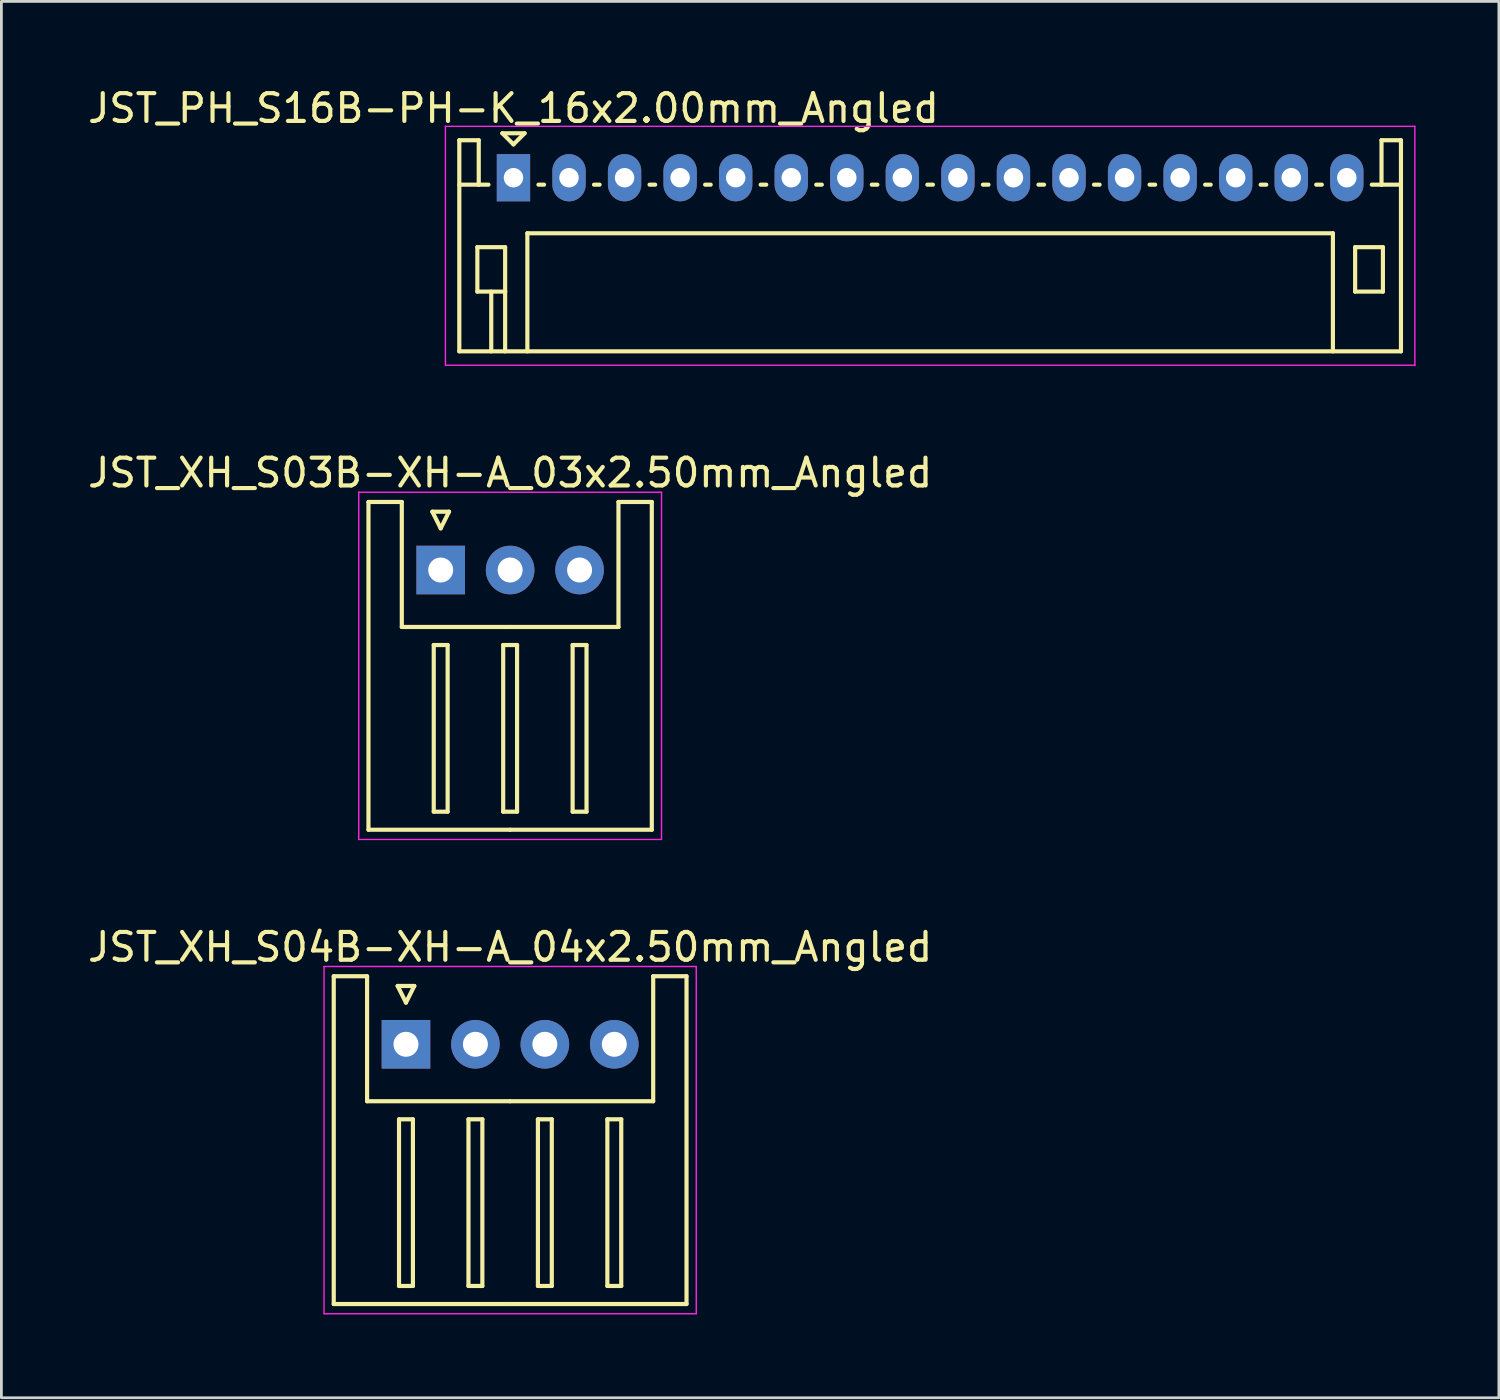
<source format=kicad_pcb>
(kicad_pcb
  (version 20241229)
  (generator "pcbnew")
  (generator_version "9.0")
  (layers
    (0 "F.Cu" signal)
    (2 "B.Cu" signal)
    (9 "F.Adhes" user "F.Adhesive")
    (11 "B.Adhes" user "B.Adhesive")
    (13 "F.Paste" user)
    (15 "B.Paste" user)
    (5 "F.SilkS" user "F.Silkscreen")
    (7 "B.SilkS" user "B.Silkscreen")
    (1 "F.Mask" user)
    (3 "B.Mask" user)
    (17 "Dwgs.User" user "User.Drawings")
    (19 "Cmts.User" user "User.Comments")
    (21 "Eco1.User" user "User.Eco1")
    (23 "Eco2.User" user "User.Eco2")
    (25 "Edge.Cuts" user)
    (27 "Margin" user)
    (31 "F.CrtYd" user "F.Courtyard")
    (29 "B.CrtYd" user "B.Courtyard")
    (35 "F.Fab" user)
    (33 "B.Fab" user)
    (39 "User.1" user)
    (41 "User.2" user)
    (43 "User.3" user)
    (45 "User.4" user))
  (footprint "JST_XH_S03B-XH-A_03x2.50mm_Angled"
    (layer "F.Cu")
    (at 12.815 17.471)
    (property "Reference" "JST_XH_S03B-XH-A_03x2.50mm_Angled" (at 2.5 -3.5 0) (layer "F.SilkS") (effects (font (size 1 1) (thickness 0.15))))
    (attr through_hole)
    (fp_line (start -2.6 -2.45) (end -1.4 -2.45) (stroke (width 0.15) (type solid)) (layer "F.SilkS"))
    (fp_line (start -2.6 9.35) (end -2.6 -2.45) (stroke (width 0.15) (type solid)) (layer "F.SilkS"))
    (fp_line (start -1.4 -2.45) (end -1.4 2.05) (stroke (width 0.15) (type solid)) (layer "F.SilkS"))
    (fp_line (start -1.4 2.05) (end 2.5 2.05) (stroke (width 0.15) (type solid)) (layer "F.SilkS"))
    (fp_line (start -0.3 -2.1) (end 0.3 -2.1) (stroke (width 0.15) (type solid)) (layer "F.SilkS"))
    (fp_line (start -0.25 2.7) (end -0.25 8.7) (stroke (width 0.15) (type solid)) (layer "F.SilkS"))
    (fp_line (start -0.25 8.7) (end 0.25 8.7) (stroke (width 0.15) (type solid)) (layer "F.SilkS"))
    (fp_line (start 0 -1.5) (end -0.3 -2.1) (stroke (width 0.15) (type solid)) (layer "F.SilkS"))
    (fp_line (start 0.25 2.7) (end -0.25 2.7) (stroke (width 0.15) (type solid)) (layer "F.SilkS"))
    (fp_line (start 0.25 8.7) (end 0.25 2.7) (stroke (width 0.15) (type solid)) (layer "F.SilkS"))
    (fp_line (start 0.3 -2.1) (end 0 -1.5) (stroke (width 0.15) (type solid)) (layer "F.SilkS"))
    (fp_line (start 2.25 2.7) (end 2.25 8.7) (stroke (width 0.15) (type solid)) (layer "F.SilkS"))
    (fp_line (start 2.25 8.7) (end 2.75 8.7) (stroke (width 0.15) (type solid)) (layer "F.SilkS"))
    (fp_line (start 2.5 9.35) (end -2.6 9.35) (stroke (width 0.15) (type solid)) (layer "F.SilkS"))
    (fp_line (start 2.5 9.35) (end 7.6 9.35) (stroke (width 0.15) (type solid)) (layer "F.SilkS"))
    (fp_line (start 2.75 2.7) (end 2.25 2.7) (stroke (width 0.15) (type solid)) (layer "F.SilkS"))
    (fp_line (start 2.75 8.7) (end 2.75 2.7) (stroke (width 0.15) (type solid)) (layer "F.SilkS"))
    (fp_line (start 4.75 2.7) (end 4.75 8.7) (stroke (width 0.15) (type solid)) (layer "F.SilkS"))
    (fp_line (start 4.75 8.7) (end 5.25 8.7) (stroke (width 0.15) (type solid)) (layer "F.SilkS"))
    (fp_line (start 5.25 2.7) (end 4.75 2.7) (stroke (width 0.15) (type solid)) (layer "F.SilkS"))
    (fp_line (start 5.25 8.7) (end 5.25 2.7) (stroke (width 0.15) (type solid)) (layer "F.SilkS"))
    (fp_line (start 6.4 -2.45) (end 6.4 2.05) (stroke (width 0.15) (type solid)) (layer "F.SilkS"))
    (fp_line (start 6.4 2.05) (end 2.5 2.05) (stroke (width 0.15) (type solid)) (layer "F.SilkS"))
    (fp_line (start 7.6 -2.45) (end 6.4 -2.45) (stroke (width 0.15) (type solid)) (layer "F.SilkS"))
    (fp_line (start 7.6 9.35) (end 7.6 -2.45) (stroke (width 0.15) (type solid)) (layer "F.SilkS"))
    (fp_line (start -2.95 -2.8) (end -2.95 9.7) (stroke (width 0.05) (type solid)) (layer "F.CrtYd"))
    (fp_line (start -2.95 9.7) (end 7.95 9.7) (stroke (width 0.05) (type solid)) (layer "F.CrtYd"))
    (fp_line (start 7.95 -2.8) (end -2.95 -2.8) (stroke (width 0.05) (type solid)) (layer "F.CrtYd"))
    (fp_line (start 7.95 9.7) (end 7.95 -2.8) (stroke (width 0.05) (type solid)) (layer "F.CrtYd"))
    (pad "1" thru_hole rect (at 0 0) (size 1.75 1.75) (drill 0.9) (layers "*.Cu" "*.Mask"))
    (pad "2" thru_hole circle (at 2.5 0) (size 1.75 1.75) (drill 0.9) (layers "*.Cu" "*.Mask"))
    (pad "3" thru_hole circle (at 5 0) (size 1.75 1.75) (drill 0.9) (layers "*.Cu" "*.Mask")))
  (footprint "JST_PH_S16B-PH-K_16x2.00mm_Angled"
    (layer "F.Cu")
    (at 15.435 3.348)
    (property "Reference" "JST_PH_S16B-PH-K_16x2.00mm_Angled" (at 0 -2.5 0) (layer "F.SilkS") (effects (font (size 1 1) (thickness 0.15))))
    (attr through_hole)
    (fp_line (start -1.95 -1.35) (end -1.95 6.25) (stroke (width 0.15) (type solid)) (layer "F.SilkS"))
    (fp_line (start -1.95 0.25) (end -1.25 0.25) (stroke (width 0.15) (type solid)) (layer "F.SilkS"))
    (fp_line (start -1.95 6.25) (end 31.95 6.25) (stroke (width 0.15) (type solid)) (layer "F.SilkS"))
    (fp_line (start -1.3 2.5) (end -1.3 4.1) (stroke (width 0.15) (type solid)) (layer "F.SilkS"))
    (fp_line (start -1.3 4.1) (end -0.3 4.1) (stroke (width 0.15) (type solid)) (layer "F.SilkS"))
    (fp_line (start -1.25 -1.35) (end -1.95 -1.35) (stroke (width 0.15) (type solid)) (layer "F.SilkS"))
    (fp_line (start -1.25 0.25) (end -1.25 -1.35) (stroke (width 0.15) (type solid)) (layer "F.SilkS"))
    (fp_line (start -0.9 0.25) (end -1.25 0.25) (stroke (width 0.15) (type solid)) (layer "F.SilkS"))
    (fp_line (start -0.8 4.1) (end -0.8 6.25) (stroke (width 0.15) (type solid)) (layer "F.SilkS"))
    (fp_line (start -0.4 -1.6) (end 0.4 -1.6) (stroke (width 0.15) (type solid)) (layer "F.SilkS"))
    (fp_line (start -0.3 2.5) (end -1.3 2.5) (stroke (width 0.15) (type solid)) (layer "F.SilkS"))
    (fp_line (start -0.3 4.1) (end -0.3 2.5) (stroke (width 0.15) (type solid)) (layer "F.SilkS"))
    (fp_line (start -0.3 4.1) (end -0.3 6.25) (stroke (width 0.15) (type solid)) (layer "F.SilkS"))
    (fp_line (start 0 -1.2) (end -0.4 -1.6) (stroke (width 0.15) (type solid)) (layer "F.SilkS"))
    (fp_line (start 0.4 -1.6) (end 0 -1.2) (stroke (width 0.15) (type solid)) (layer "F.SilkS"))
    (fp_line (start 0.5 2) (end 29.5 2) (stroke (width 0.15) (type solid)) (layer "F.SilkS"))
    (fp_line (start 0.5 6.25) (end 0.5 2) (stroke (width 0.15) (type solid)) (layer "F.SilkS"))
    (fp_line (start 0.9 0.25) (end 1.1 0.25) (stroke (width 0.15) (type solid)) (layer "F.SilkS"))
    (fp_line (start 2.9 0.25) (end 3.1 0.25) (stroke (width 0.15) (type solid)) (layer "F.SilkS"))
    (fp_line (start 4.9 0.25) (end 5.1 0.25) (stroke (width 0.15) (type solid)) (layer "F.SilkS"))
    (fp_line (start 6.9 0.25) (end 7.1 0.25) (stroke (width 0.15) (type solid)) (layer "F.SilkS"))
    (fp_line (start 8.9 0.25) (end 9.1 0.25) (stroke (width 0.15) (type solid)) (layer "F.SilkS"))
    (fp_line (start 10.9 0.25) (end 11.1 0.25) (stroke (width 0.15) (type solid)) (layer "F.SilkS"))
    (fp_line (start 12.9 0.25) (end 13.1 0.25) (stroke (width 0.15) (type solid)) (layer "F.SilkS"))
    (fp_line (start 14.9 0.25) (end 15.1 0.25) (stroke (width 0.15) (type solid)) (layer "F.SilkS"))
    (fp_line (start 16.9 0.25) (end 17.1 0.25) (stroke (width 0.15) (type solid)) (layer "F.SilkS"))
    (fp_line (start 18.9 0.25) (end 19.1 0.25) (stroke (width 0.15) (type solid)) (layer "F.SilkS"))
    (fp_line (start 20.9 0.25) (end 21.1 0.25) (stroke (width 0.15) (type solid)) (layer "F.SilkS"))
    (fp_line (start 22.9 0.25) (end 23.1 0.25) (stroke (width 0.15) (type solid)) (layer "F.SilkS"))
    (fp_line (start 24.9 0.25) (end 25.1 0.25) (stroke (width 0.15) (type solid)) (layer "F.SilkS"))
    (fp_line (start 26.9 0.25) (end 27.1 0.25) (stroke (width 0.15) (type solid)) (layer "F.SilkS"))
    (fp_line (start 28.9 0.25) (end 29.1 0.25) (stroke (width 0.15) (type solid)) (layer "F.SilkS"))
    (fp_line (start 29.5 2) (end 29.5 6.25) (stroke (width 0.15) (type solid)) (layer "F.SilkS"))
    (fp_line (start 30.3 2.5) (end 31.3 2.5) (stroke (width 0.15) (type solid)) (layer "F.SilkS"))
    (fp_line (start 30.3 4.1) (end 30.3 2.5) (stroke (width 0.15) (type solid)) (layer "F.SilkS"))
    (fp_line (start 31.25 -1.35) (end 31.25 0.25) (stroke (width 0.15) (type solid)) (layer "F.SilkS"))
    (fp_line (start 31.25 0.25) (end 30.9 0.25) (stroke (width 0.15) (type solid)) (layer "F.SilkS"))
    (fp_line (start 31.3 2.5) (end 31.3 4.1) (stroke (width 0.15) (type solid)) (layer "F.SilkS"))
    (fp_line (start 31.3 4.1) (end 30.3 4.1) (stroke (width 0.15) (type solid)) (layer "F.SilkS"))
    (fp_line (start 31.95 -1.35) (end 31.25 -1.35) (stroke (width 0.15) (type solid)) (layer "F.SilkS"))
    (fp_line (start 31.95 0.25) (end 31.25 0.25) (stroke (width 0.15) (type solid)) (layer "F.SilkS"))
    (fp_line (start 31.95 6.25) (end 31.95 -1.35) (stroke (width 0.15) (type solid)) (layer "F.SilkS"))
    (fp_line (start -2.45 -1.85) (end 32.45 -1.85) (stroke (width 0.05) (type solid)) (layer "F.CrtYd"))
    (fp_line (start -2.45 6.75) (end -2.45 -1.85) (stroke (width 0.05) (type solid)) (layer "F.CrtYd"))
    (fp_line (start 32.45 -1.85) (end 32.45 6.75) (stroke (width 0.05) (type solid)) (layer "F.CrtYd"))
    (fp_line (start 32.45 6.75) (end -2.45 6.75) (stroke (width 0.05) (type solid)) (layer "F.CrtYd"))
    (pad "1" thru_hole rect (at 0 0) (size 1.2 1.7) (drill 0.7) (layers "*.Cu" "*.Mask"))
    (pad "2" thru_hole oval (at 2 0) (size 1.2 1.7) (drill 0.7) (layers "*.Cu" "*.Mask"))
    (pad "3" thru_hole oval (at 4 0) (size 1.2 1.7) (drill 0.7) (layers "*.Cu" "*.Mask"))
    (pad "4" thru_hole oval (at 6 0) (size 1.2 1.7) (drill 0.7) (layers "*.Cu" "*.Mask"))
    (pad "5" thru_hole oval (at 8 0) (size 1.2 1.7) (drill 0.7) (layers "*.Cu" "*.Mask"))
    (pad "6" thru_hole oval (at 10 0) (size 1.2 1.7) (drill 0.7) (layers "*.Cu" "*.Mask"))
    (pad "7" thru_hole oval (at 12 0) (size 1.2 1.7) (drill 0.7) (layers "*.Cu" "*.Mask"))
    (pad "8" thru_hole oval (at 14 0) (size 1.2 1.7) (drill 0.7) (layers "*.Cu" "*.Mask"))
    (pad "9" thru_hole oval (at 16 0) (size 1.2 1.7) (drill 0.7) (layers "*.Cu" "*.Mask"))
    (pad "10" thru_hole oval (at 18 0) (size 1.2 1.7) (drill 0.7) (layers "*.Cu" "*.Mask"))
    (pad "11" thru_hole oval (at 20 0) (size 1.2 1.7) (drill 0.7) (layers "*.Cu" "*.Mask"))
    (pad "12" thru_hole oval (at 22 0) (size 1.2 1.7) (drill 0.7) (layers "*.Cu" "*.Mask"))
    (pad "13" thru_hole oval (at 24 0) (size 1.2 1.7) (drill 0.7) (layers "*.Cu" "*.Mask"))
    (pad "14" thru_hole oval (at 26 0) (size 1.2 1.7) (drill 0.7) (layers "*.Cu" "*.Mask"))
    (pad "15" thru_hole oval (at 28 0) (size 1.2 1.7) (drill 0.7) (layers "*.Cu" "*.Mask"))
    (pad "16" thru_hole oval (at 30 0) (size 1.2 1.7) (drill 0.7) (layers "*.Cu" "*.Mask")))
  (footprint "JST_XH_S04B-XH-A_04x2.50mm_Angled"
    (layer "F.Cu")
    (at 11.565 34.545)
    (property "Reference" "JST_XH_S04B-XH-A_04x2.50mm_Angled" (at 3.75 -3.5 0) (layer "F.SilkS") (effects (font (size 1 1) (thickness 0.15))))
    (attr through_hole)
    (fp_line (start -2.6 -2.45) (end -1.4 -2.45) (stroke (width 0.15) (type solid)) (layer "F.SilkS"))
    (fp_line (start -2.6 9.35) (end -2.6 -2.45) (stroke (width 0.15) (type solid)) (layer "F.SilkS"))
    (fp_line (start -1.4 -2.45) (end -1.4 2.05) (stroke (width 0.15) (type solid)) (layer "F.SilkS"))
    (fp_line (start -1.4 2.05) (end 3.75 2.05) (stroke (width 0.15) (type solid)) (layer "F.SilkS"))
    (fp_line (start -0.3 -2.1) (end 0.3 -2.1) (stroke (width 0.15) (type solid)) (layer "F.SilkS"))
    (fp_line (start -0.25 2.7) (end -0.25 8.7) (stroke (width 0.15) (type solid)) (layer "F.SilkS"))
    (fp_line (start -0.25 8.7) (end 0.25 8.7) (stroke (width 0.15) (type solid)) (layer "F.SilkS"))
    (fp_line (start 0 -1.5) (end -0.3 -2.1) (stroke (width 0.15) (type solid)) (layer "F.SilkS"))
    (fp_line (start 0.25 2.7) (end -0.25 2.7) (stroke (width 0.15) (type solid)) (layer "F.SilkS"))
    (fp_line (start 0.25 8.7) (end 0.25 2.7) (stroke (width 0.15) (type solid)) (layer "F.SilkS"))
    (fp_line (start 0.3 -2.1) (end 0 -1.5) (stroke (width 0.15) (type solid)) (layer "F.SilkS"))
    (fp_line (start 2.25 2.7) (end 2.25 8.7) (stroke (width 0.15) (type solid)) (layer "F.SilkS"))
    (fp_line (start 2.25 8.7) (end 2.75 8.7) (stroke (width 0.15) (type solid)) (layer "F.SilkS"))
    (fp_line (start 2.75 2.7) (end 2.25 2.7) (stroke (width 0.15) (type solid)) (layer "F.SilkS"))
    (fp_line (start 2.75 8.7) (end 2.75 2.7) (stroke (width 0.15) (type solid)) (layer "F.SilkS"))
    (fp_line (start 3.75 9.35) (end -2.6 9.35) (stroke (width 0.15) (type solid)) (layer "F.SilkS"))
    (fp_line (start 3.75 9.35) (end 10.1 9.35) (stroke (width 0.15) (type solid)) (layer "F.SilkS"))
    (fp_line (start 4.75 2.7) (end 4.75 8.7) (stroke (width 0.15) (type solid)) (layer "F.SilkS"))
    (fp_line (start 4.75 8.7) (end 5.25 8.7) (stroke (width 0.15) (type solid)) (layer "F.SilkS"))
    (fp_line (start 5.25 2.7) (end 4.75 2.7) (stroke (width 0.15) (type solid)) (layer "F.SilkS"))
    (fp_line (start 5.25 8.7) (end 5.25 2.7) (stroke (width 0.15) (type solid)) (layer "F.SilkS"))
    (fp_line (start 7.25 2.7) (end 7.25 8.7) (stroke (width 0.15) (type solid)) (layer "F.SilkS"))
    (fp_line (start 7.25 8.7) (end 7.75 8.7) (stroke (width 0.15) (type solid)) (layer "F.SilkS"))
    (fp_line (start 7.75 2.7) (end 7.25 2.7) (stroke (width 0.15) (type solid)) (layer "F.SilkS"))
    (fp_line (start 7.75 8.7) (end 7.75 2.7) (stroke (width 0.15) (type solid)) (layer "F.SilkS"))
    (fp_line (start 8.9 -2.45) (end 8.9 2.05) (stroke (width 0.15) (type solid)) (layer "F.SilkS"))
    (fp_line (start 8.9 2.05) (end 3.75 2.05) (stroke (width 0.15) (type solid)) (layer "F.SilkS"))
    (fp_line (start 10.1 -2.45) (end 8.9 -2.45) (stroke (width 0.15) (type solid)) (layer "F.SilkS"))
    (fp_line (start 10.1 9.35) (end 10.1 -2.45) (stroke (width 0.15) (type solid)) (layer "F.SilkS"))
    (fp_line (start -2.95 -2.8) (end -2.95 9.7) (stroke (width 0.05) (type solid)) (layer "F.CrtYd"))
    (fp_line (start -2.95 9.7) (end 10.45 9.7) (stroke (width 0.05) (type solid)) (layer "F.CrtYd"))
    (fp_line (start 10.45 -2.8) (end -2.95 -2.8) (stroke (width 0.05) (type solid)) (layer "F.CrtYd"))
    (fp_line (start 10.45 9.7) (end 10.45 -2.8) (stroke (width 0.05) (type solid)) (layer "F.CrtYd"))
    (pad "1" thru_hole rect (at 0 0) (size 1.75 1.75) (drill 0.9) (layers "*.Cu" "*.Mask"))
    (pad "2" thru_hole circle (at 2.5 0) (size 1.75 1.75) (drill 0.9) (layers "*.Cu" "*.Mask"))
    (pad "3" thru_hole circle (at 5 0) (size 1.75 1.75) (drill 0.9) (layers "*.Cu" "*.Mask"))
    (pad "4" thru_hole circle (at 7.5 0) (size 1.75 1.75) (drill 0.9) (layers "*.Cu" "*.Mask")))
  (gr_rect
    (start -3 -3)
    (end 50.91 47.27)
    (stroke (width 0.1) (type default))
    (fill no)
    (layer "Edge.Cuts")))
</source>
